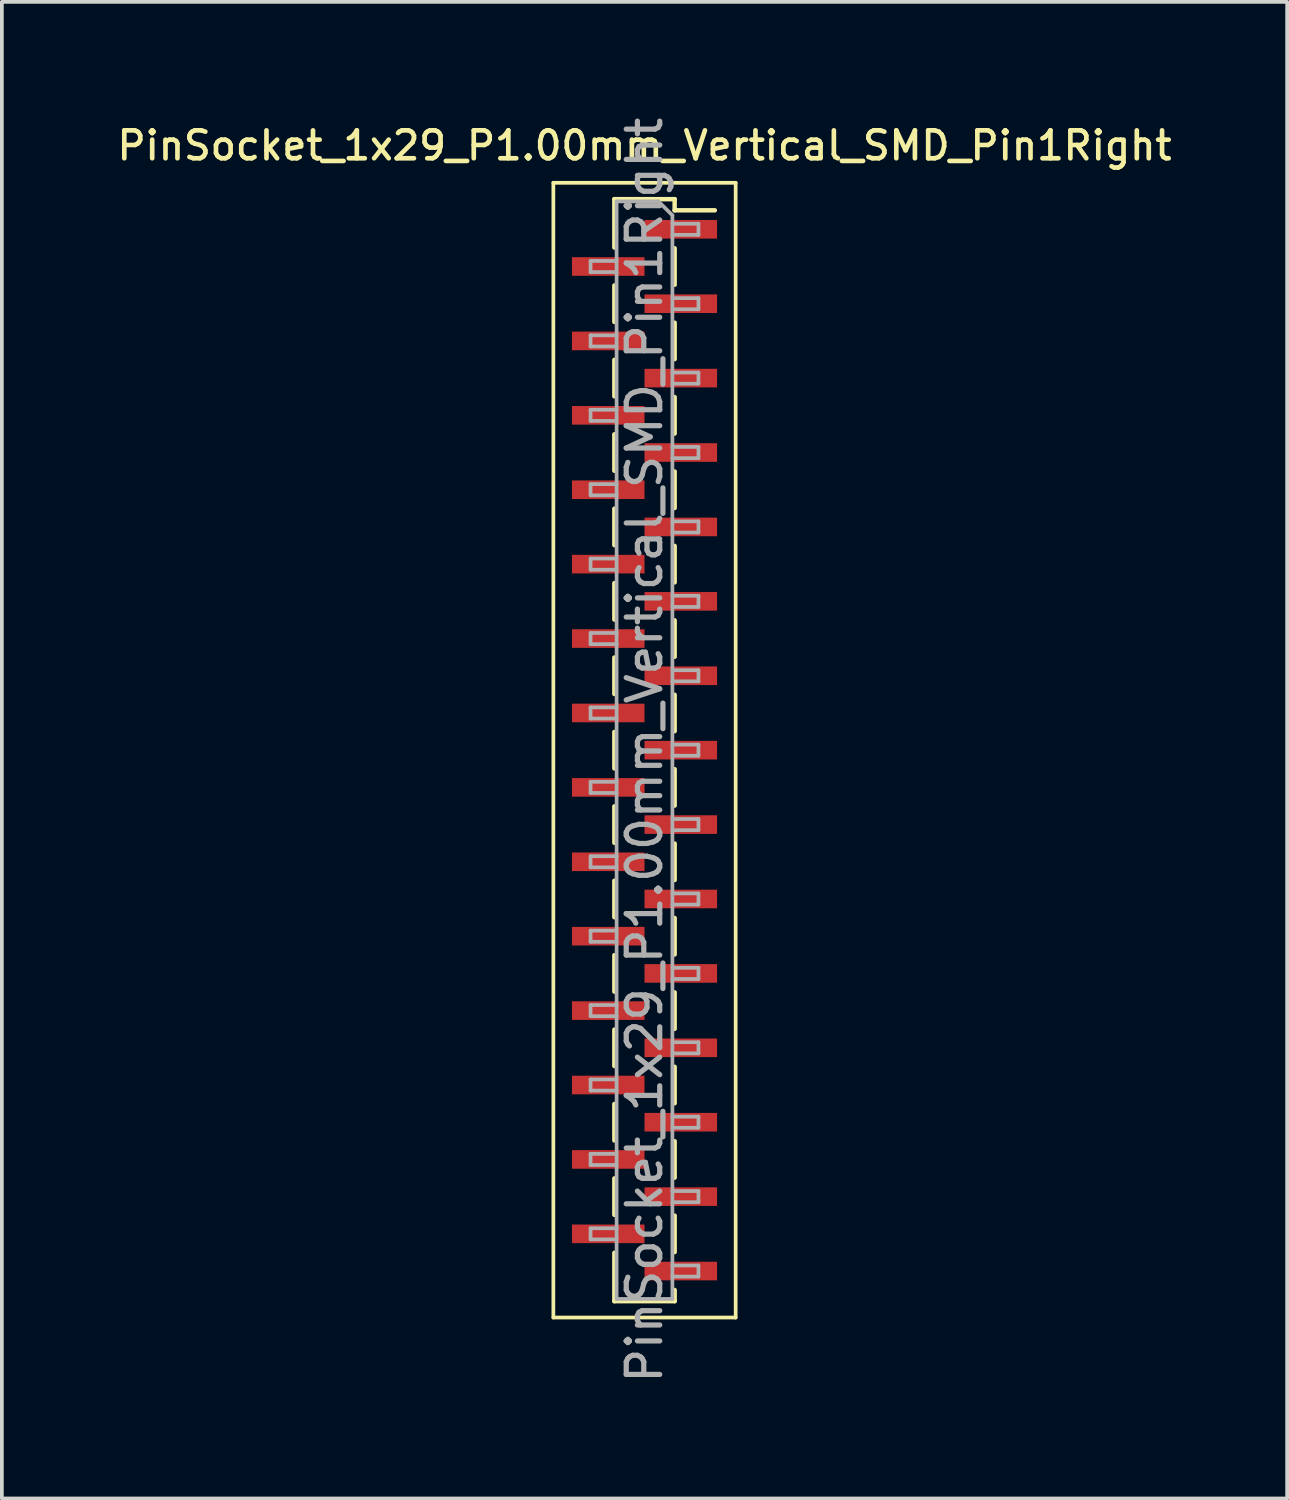
<source format=kicad_pcb>
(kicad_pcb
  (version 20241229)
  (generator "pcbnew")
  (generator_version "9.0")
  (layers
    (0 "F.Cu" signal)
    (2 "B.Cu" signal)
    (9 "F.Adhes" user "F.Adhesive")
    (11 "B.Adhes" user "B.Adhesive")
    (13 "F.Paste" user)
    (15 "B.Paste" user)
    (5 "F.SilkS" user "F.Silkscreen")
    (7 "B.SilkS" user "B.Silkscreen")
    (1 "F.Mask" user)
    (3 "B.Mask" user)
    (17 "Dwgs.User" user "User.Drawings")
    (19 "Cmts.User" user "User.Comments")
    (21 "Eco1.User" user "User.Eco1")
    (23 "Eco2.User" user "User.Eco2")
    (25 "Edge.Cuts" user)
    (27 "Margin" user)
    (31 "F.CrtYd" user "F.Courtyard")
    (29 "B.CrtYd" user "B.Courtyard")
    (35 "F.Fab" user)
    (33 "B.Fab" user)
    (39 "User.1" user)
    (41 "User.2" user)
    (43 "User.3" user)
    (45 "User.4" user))
  (footprint "PinSocket_1x29_P1.00mm_Vertical_SMD_Pin1Right"
    (layer "F.Cu")
    (at 14.273 17.113)
    (property "Reference" "PinSocket_1x29_P1.00mm_Vertical_SMD_Pin1Right" (at 0 -16.25 0) (layer "F.SilkS") (effects (font (size 0.75 0.75) (thickness 0.125))))
    (attr smd)
    (fp_line (start -2.45 -15.25) (end 2.45 -15.25) (stroke (width 0.1) (type solid)) (layer "F.SilkS"))
    (fp_line (start -2.45 15.25) (end -2.45 -15.25) (stroke (width 0.1) (type solid)) (layer "F.SilkS"))
    (fp_line (start -0.81 -14.81) (end -0.81 -13.51) (stroke (width 0.12) (type solid)) (layer "F.SilkS"))
    (fp_line (start -0.81 -14.81) (end 0.81 -14.81) (stroke (width 0.12) (type solid)) (layer "F.SilkS"))
    (fp_line (start -0.81 -12.49) (end -0.81 -11.51) (stroke (width 0.12) (type solid)) (layer "F.SilkS"))
    (fp_line (start -0.81 -10.49) (end -0.81 -9.51) (stroke (width 0.12) (type solid)) (layer "F.SilkS"))
    (fp_line (start -0.81 -8.49) (end -0.81 -7.51) (stroke (width 0.12) (type solid)) (layer "F.SilkS"))
    (fp_line (start -0.81 -6.49) (end -0.81 -5.51) (stroke (width 0.12) (type solid)) (layer "F.SilkS"))
    (fp_line (start -0.81 -4.49) (end -0.81 -3.51) (stroke (width 0.12) (type solid)) (layer "F.SilkS"))
    (fp_line (start -0.81 -2.49) (end -0.81 -1.51) (stroke (width 0.12) (type solid)) (layer "F.SilkS"))
    (fp_line (start -0.81 -0.49) (end -0.81 0.49) (stroke (width 0.12) (type solid)) (layer "F.SilkS"))
    (fp_line (start -0.81 1.51) (end -0.81 2.49) (stroke (width 0.12) (type solid)) (layer "F.SilkS"))
    (fp_line (start -0.81 3.51) (end -0.81 4.49) (stroke (width 0.12) (type solid)) (layer "F.SilkS"))
    (fp_line (start -0.81 5.51) (end -0.81 6.49) (stroke (width 0.12) (type solid)) (layer "F.SilkS"))
    (fp_line (start -0.81 7.51) (end -0.81 8.49) (stroke (width 0.12) (type solid)) (layer "F.SilkS"))
    (fp_line (start -0.81 9.51) (end -0.81 10.49) (stroke (width 0.12) (type solid)) (layer "F.SilkS"))
    (fp_line (start -0.81 11.51) (end -0.81 12.49) (stroke (width 0.12) (type solid)) (layer "F.SilkS"))
    (fp_line (start -0.81 13.51) (end -0.81 14.81) (stroke (width 0.12) (type solid)) (layer "F.SilkS"))
    (fp_line (start -0.81 14.81) (end 0.81 14.81) (stroke (width 0.12) (type solid)) (layer "F.SilkS"))
    (fp_line (start 0.81 -14.81) (end 0.81 -14.51) (stroke (width 0.12) (type solid)) (layer "F.SilkS"))
    (fp_line (start 0.81 -14.51) (end 1.89 -14.51) (stroke (width 0.12) (type solid)) (layer "F.SilkS"))
    (fp_line (start 0.81 -13.49) (end 0.81 -12.51) (stroke (width 0.12) (type solid)) (layer "F.SilkS"))
    (fp_line (start 0.81 -11.49) (end 0.81 -10.51) (stroke (width 0.12) (type solid)) (layer "F.SilkS"))
    (fp_line (start 0.81 -9.49) (end 0.81 -8.51) (stroke (width 0.12) (type solid)) (layer "F.SilkS"))
    (fp_line (start 0.81 -7.49) (end 0.81 -6.51) (stroke (width 0.12) (type solid)) (layer "F.SilkS"))
    (fp_line (start 0.81 -5.49) (end 0.81 -4.51) (stroke (width 0.12) (type solid)) (layer "F.SilkS"))
    (fp_line (start 0.81 -3.49) (end 0.81 -2.51) (stroke (width 0.12) (type solid)) (layer "F.SilkS"))
    (fp_line (start 0.81 -1.49) (end 0.81 -0.51) (stroke (width 0.12) (type solid)) (layer "F.SilkS"))
    (fp_line (start 0.81 0.51) (end 0.81 1.49) (stroke (width 0.12) (type solid)) (layer "F.SilkS"))
    (fp_line (start 0.81 2.51) (end 0.81 3.49) (stroke (width 0.12) (type solid)) (layer "F.SilkS"))
    (fp_line (start 0.81 4.51) (end 0.81 5.49) (stroke (width 0.12) (type solid)) (layer "F.SilkS"))
    (fp_line (start 0.81 6.51) (end 0.81 7.49) (stroke (width 0.12) (type solid)) (layer "F.SilkS"))
    (fp_line (start 0.81 8.51) (end 0.81 9.49) (stroke (width 0.12) (type solid)) (layer "F.SilkS"))
    (fp_line (start 0.81 10.51) (end 0.81 11.49) (stroke (width 0.12) (type solid)) (layer "F.SilkS"))
    (fp_line (start 0.81 12.51) (end 0.81 13.49) (stroke (width 0.12) (type solid)) (layer "F.SilkS"))
    (fp_line (start 0.81 14.51) (end 0.81 14.81) (stroke (width 0.12) (type solid)) (layer "F.SilkS"))
    (fp_line (start 2.45 -15.25) (end 2.45 15.25) (stroke (width 0.1) (type solid)) (layer "F.SilkS"))
    (fp_line (start 2.45 15.25) (end -2.45 15.25) (stroke (width 0.1) (type solid)) (layer "F.SilkS"))
    (fp_line (start -1.45 -13.15) (end -0.75 -13.15) (stroke (width 0.1) (type solid)) (layer "F.Fab"))
    (fp_line (start -1.45 -12.85) (end -1.45 -13.15) (stroke (width 0.1) (type solid)) (layer "F.Fab"))
    (fp_line (start -1.45 -11.15) (end -0.75 -11.15) (stroke (width 0.1) (type solid)) (layer "F.Fab"))
    (fp_line (start -1.45 -10.85) (end -1.45 -11.15) (stroke (width 0.1) (type solid)) (layer "F.Fab"))
    (fp_line (start -1.45 -9.15) (end -0.75 -9.15) (stroke (width 0.1) (type solid)) (layer "F.Fab"))
    (fp_line (start -1.45 -8.85) (end -1.45 -9.15) (stroke (width 0.1) (type solid)) (layer "F.Fab"))
    (fp_line (start -1.45 -7.15) (end -0.75 -7.15) (stroke (width 0.1) (type solid)) (layer "F.Fab"))
    (fp_line (start -1.45 -6.85) (end -1.45 -7.15) (stroke (width 0.1) (type solid)) (layer "F.Fab"))
    (fp_line (start -1.45 -5.15) (end -0.75 -5.15) (stroke (width 0.1) (type solid)) (layer "F.Fab"))
    (fp_line (start -1.45 -4.85) (end -1.45 -5.15) (stroke (width 0.1) (type solid)) (layer "F.Fab"))
    (fp_line (start -1.45 -3.15) (end -0.75 -3.15) (stroke (width 0.1) (type solid)) (layer "F.Fab"))
    (fp_line (start -1.45 -2.85) (end -1.45 -3.15) (stroke (width 0.1) (type solid)) (layer "F.Fab"))
    (fp_line (start -1.45 -1.15) (end -0.75 -1.15) (stroke (width 0.1) (type solid)) (layer "F.Fab"))
    (fp_line (start -1.45 -0.85) (end -1.45 -1.15) (stroke (width 0.1) (type solid)) (layer "F.Fab"))
    (fp_line (start -1.45 0.85) (end -0.75 0.85) (stroke (width 0.1) (type solid)) (layer "F.Fab"))
    (fp_line (start -1.45 1.15) (end -1.45 0.85) (stroke (width 0.1) (type solid)) (layer "F.Fab"))
    (fp_line (start -1.45 2.85) (end -0.75 2.85) (stroke (width 0.1) (type solid)) (layer "F.Fab"))
    (fp_line (start -1.45 3.15) (end -1.45 2.85) (stroke (width 0.1) (type solid)) (layer "F.Fab"))
    (fp_line (start -1.45 4.85) (end -0.75 4.85) (stroke (width 0.1) (type solid)) (layer "F.Fab"))
    (fp_line (start -1.45 5.15) (end -1.45 4.85) (stroke (width 0.1) (type solid)) (layer "F.Fab"))
    (fp_line (start -1.45 6.85) (end -0.75 6.85) (stroke (width 0.1) (type solid)) (layer "F.Fab"))
    (fp_line (start -1.45 7.15) (end -1.45 6.85) (stroke (width 0.1) (type solid)) (layer "F.Fab"))
    (fp_line (start -1.45 8.85) (end -0.75 8.85) (stroke (width 0.1) (type solid)) (layer "F.Fab"))
    (fp_line (start -1.45 9.15) (end -1.45 8.85) (stroke (width 0.1) (type solid)) (layer "F.Fab"))
    (fp_line (start -1.45 10.85) (end -0.75 10.85) (stroke (width 0.1) (type solid)) (layer "F.Fab"))
    (fp_line (start -1.45 11.15) (end -1.45 10.85) (stroke (width 0.1) (type solid)) (layer "F.Fab"))
    (fp_line (start -1.45 12.85) (end -0.75 12.85) (stroke (width 0.1) (type solid)) (layer "F.Fab"))
    (fp_line (start -1.45 13.15) (end -1.45 12.85) (stroke (width 0.1) (type solid)) (layer "F.Fab"))
    (fp_line (start -0.75 -14.75) (end 0.375 -14.75) (stroke (width 0.1) (type solid)) (layer "F.Fab"))
    (fp_line (start -0.75 -12.85) (end -1.45 -12.85) (stroke (width 0.1) (type solid)) (layer "F.Fab"))
    (fp_line (start -0.75 -10.85) (end -1.45 -10.85) (stroke (width 0.1) (type solid)) (layer "F.Fab"))
    (fp_line (start -0.75 -8.85) (end -1.45 -8.85) (stroke (width 0.1) (type solid)) (layer "F.Fab"))
    (fp_line (start -0.75 -6.85) (end -1.45 -6.85) (stroke (width 0.1) (type solid)) (layer "F.Fab"))
    (fp_line (start -0.75 -4.85) (end -1.45 -4.85) (stroke (width 0.1) (type solid)) (layer "F.Fab"))
    (fp_line (start -0.75 -2.85) (end -1.45 -2.85) (stroke (width 0.1) (type solid)) (layer "F.Fab"))
    (fp_line (start -0.75 -0.85) (end -1.45 -0.85) (stroke (width 0.1) (type solid)) (layer "F.Fab"))
    (fp_line (start -0.75 1.15) (end -1.45 1.15) (stroke (width 0.1) (type solid)) (layer "F.Fab"))
    (fp_line (start -0.75 3.15) (end -1.45 3.15) (stroke (width 0.1) (type solid)) (layer "F.Fab"))
    (fp_line (start -0.75 5.15) (end -1.45 5.15) (stroke (width 0.1) (type solid)) (layer "F.Fab"))
    (fp_line (start -0.75 7.15) (end -1.45 7.15) (stroke (width 0.1) (type solid)) (layer "F.Fab"))
    (fp_line (start -0.75 9.15) (end -1.45 9.15) (stroke (width 0.1) (type solid)) (layer "F.Fab"))
    (fp_line (start -0.75 11.15) (end -1.45 11.15) (stroke (width 0.1) (type solid)) (layer "F.Fab"))
    (fp_line (start -0.75 13.15) (end -1.45 13.15) (stroke (width 0.1) (type solid)) (layer "F.Fab"))
    (fp_line (start -0.75 14.75) (end -0.75 -14.75) (stroke (width 0.1) (type solid)) (layer "F.Fab"))
    (fp_line (start 0.375 -14.75) (end 0.75 -14.375) (stroke (width 0.1) (type solid)) (layer "F.Fab"))
    (fp_line (start 0.75 -14.375) (end 0.75 14.75) (stroke (width 0.1) (type solid)) (layer "F.Fab"))
    (fp_line (start 0.75 -14.15) (end 1.45 -14.15) (stroke (width 0.1) (type solid)) (layer "F.Fab"))
    (fp_line (start 0.75 -12.15) (end 1.45 -12.15) (stroke (width 0.1) (type solid)) (layer "F.Fab"))
    (fp_line (start 0.75 -10.15) (end 1.45 -10.15) (stroke (width 0.1) (type solid)) (layer "F.Fab"))
    (fp_line (start 0.75 -8.15) (end 1.45 -8.15) (stroke (width 0.1) (type solid)) (layer "F.Fab"))
    (fp_line (start 0.75 -6.15) (end 1.45 -6.15) (stroke (width 0.1) (type solid)) (layer "F.Fab"))
    (fp_line (start 0.75 -4.15) (end 1.45 -4.15) (stroke (width 0.1) (type solid)) (layer "F.Fab"))
    (fp_line (start 0.75 -2.15) (end 1.45 -2.15) (stroke (width 0.1) (type solid)) (layer "F.Fab"))
    (fp_line (start 0.75 -0.15) (end 1.45 -0.15) (stroke (width 0.1) (type solid)) (layer "F.Fab"))
    (fp_line (start 0.75 1.85) (end 1.45 1.85) (stroke (width 0.1) (type solid)) (layer "F.Fab"))
    (fp_line (start 0.75 3.85) (end 1.45 3.85) (stroke (width 0.1) (type solid)) (layer "F.Fab"))
    (fp_line (start 0.75 5.85) (end 1.45 5.85) (stroke (width 0.1) (type solid)) (layer "F.Fab"))
    (fp_line (start 0.75 7.85) (end 1.45 7.85) (stroke (width 0.1) (type solid)) (layer "F.Fab"))
    (fp_line (start 0.75 9.85) (end 1.45 9.85) (stroke (width 0.1) (type solid)) (layer "F.Fab"))
    (fp_line (start 0.75 11.85) (end 1.45 11.85) (stroke (width 0.1) (type solid)) (layer "F.Fab"))
    (fp_line (start 0.75 13.85) (end 1.45 13.85) (stroke (width 0.1) (type solid)) (layer "F.Fab"))
    (fp_line (start 0.75 14.75) (end -0.75 14.75) (stroke (width 0.1) (type solid)) (layer "F.Fab"))
    (fp_line (start 1.45 -14.15) (end 1.45 -13.85) (stroke (width 0.1) (type solid)) (layer "F.Fab"))
    (fp_line (start 1.45 -13.85) (end 0.75 -13.85) (stroke (width 0.1) (type solid)) (layer "F.Fab"))
    (fp_line (start 1.45 -12.15) (end 1.45 -11.85) (stroke (width 0.1) (type solid)) (layer "F.Fab"))
    (fp_line (start 1.45 -11.85) (end 0.75 -11.85) (stroke (width 0.1) (type solid)) (layer "F.Fab"))
    (fp_line (start 1.45 -10.15) (end 1.45 -9.85) (stroke (width 0.1) (type solid)) (layer "F.Fab"))
    (fp_line (start 1.45 -9.85) (end 0.75 -9.85) (stroke (width 0.1) (type solid)) (layer "F.Fab"))
    (fp_line (start 1.45 -8.15) (end 1.45 -7.85) (stroke (width 0.1) (type solid)) (layer "F.Fab"))
    (fp_line (start 1.45 -7.85) (end 0.75 -7.85) (stroke (width 0.1) (type solid)) (layer "F.Fab"))
    (fp_line (start 1.45 -6.15) (end 1.45 -5.85) (stroke (width 0.1) (type solid)) (layer "F.Fab"))
    (fp_line (start 1.45 -5.85) (end 0.75 -5.85) (stroke (width 0.1) (type solid)) (layer "F.Fab"))
    (fp_line (start 1.45 -4.15) (end 1.45 -3.85) (stroke (width 0.1) (type solid)) (layer "F.Fab"))
    (fp_line (start 1.45 -3.85) (end 0.75 -3.85) (stroke (width 0.1) (type solid)) (layer "F.Fab"))
    (fp_line (start 1.45 -2.15) (end 1.45 -1.85) (stroke (width 0.1) (type solid)) (layer "F.Fab"))
    (fp_line (start 1.45 -1.85) (end 0.75 -1.85) (stroke (width 0.1) (type solid)) (layer "F.Fab"))
    (fp_line (start 1.45 -0.15) (end 1.45 0.15) (stroke (width 0.1) (type solid)) (layer "F.Fab"))
    (fp_line (start 1.45 0.15) (end 0.75 0.15) (stroke (width 0.1) (type solid)) (layer "F.Fab"))
    (fp_line (start 1.45 1.85) (end 1.45 2.15) (stroke (width 0.1) (type solid)) (layer "F.Fab"))
    (fp_line (start 1.45 2.15) (end 0.75 2.15) (stroke (width 0.1) (type solid)) (layer "F.Fab"))
    (fp_line (start 1.45 3.85) (end 1.45 4.15) (stroke (width 0.1) (type solid)) (layer "F.Fab"))
    (fp_line (start 1.45 4.15) (end 0.75 4.15) (stroke (width 0.1) (type solid)) (layer "F.Fab"))
    (fp_line (start 1.45 5.85) (end 1.45 6.15) (stroke (width 0.1) (type solid)) (layer "F.Fab"))
    (fp_line (start 1.45 6.15) (end 0.75 6.15) (stroke (width 0.1) (type solid)) (layer "F.Fab"))
    (fp_line (start 1.45 7.85) (end 1.45 8.15) (stroke (width 0.1) (type solid)) (layer "F.Fab"))
    (fp_line (start 1.45 8.15) (end 0.75 8.15) (stroke (width 0.1) (type solid)) (layer "F.Fab"))
    (fp_line (start 1.45 9.85) (end 1.45 10.15) (stroke (width 0.1) (type solid)) (layer "F.Fab"))
    (fp_line (start 1.45 10.15) (end 0.75 10.15) (stroke (width 0.1) (type solid)) (layer "F.Fab"))
    (fp_line (start 1.45 11.85) (end 1.45 12.15) (stroke (width 0.1) (type solid)) (layer "F.Fab"))
    (fp_line (start 1.45 12.15) (end 0.75 12.15) (stroke (width 0.1) (type solid)) (layer "F.Fab"))
    (fp_line (start 1.45 13.85) (end 1.45 14.15) (stroke (width 0.1) (type solid)) (layer "F.Fab"))
    (fp_line (start 1.45 14.15) (end 0.75 14.15) (stroke (width 0.1) (type solid)) (layer "F.Fab"))
    (fp_text user "${REFERENCE}" (at 0 0 90) (layer "F.Fab") (effects (font (size 0.9 0.9) (thickness 0.14))))
    (pad "1" smd rect (at 0.975 -14) (size 1.95 0.5) (layers "F.Cu" "F.Mask" "F.Paste"))
    (pad "2" smd rect (at -0.975 -13) (size 1.95 0.5) (layers "F.Cu" "F.Mask" "F.Paste"))
    (pad "3" smd rect (at 0.975 -12) (size 1.95 0.5) (layers "F.Cu" "F.Mask" "F.Paste"))
    (pad "4" smd rect (at -0.975 -11) (size 1.95 0.5) (layers "F.Cu" "F.Mask" "F.Paste"))
    (pad "5" smd rect (at 0.975 -10) (size 1.95 0.5) (layers "F.Cu" "F.Mask" "F.Paste"))
    (pad "6" smd rect (at -0.975 -9) (size 1.95 0.5) (layers "F.Cu" "F.Mask" "F.Paste"))
    (pad "7" smd rect (at 0.975 -8) (size 1.95 0.5) (layers "F.Cu" "F.Mask" "F.Paste"))
    (pad "8" smd rect (at -0.975 -7) (size 1.95 0.5) (layers "F.Cu" "F.Mask" "F.Paste"))
    (pad "9" smd rect (at 0.975 -6) (size 1.95 0.5) (layers "F.Cu" "F.Mask" "F.Paste"))
    (pad "10" smd rect (at -0.975 -5) (size 1.95 0.5) (layers "F.Cu" "F.Mask" "F.Paste"))
    (pad "11" smd rect (at 0.975 -4) (size 1.95 0.5) (layers "F.Cu" "F.Mask" "F.Paste"))
    (pad "12" smd rect (at -0.975 -3) (size 1.95 0.5) (layers "F.Cu" "F.Mask" "F.Paste"))
    (pad "13" smd rect (at 0.975 -2) (size 1.95 0.5) (layers "F.Cu" "F.Mask" "F.Paste"))
    (pad "14" smd rect (at -0.975 -1) (size 1.95 0.5) (layers "F.Cu" "F.Mask" "F.Paste"))
    (pad "15" smd rect (at 0.975 0) (size 1.95 0.5) (layers "F.Cu" "F.Mask" "F.Paste"))
    (pad "16" smd rect (at -0.975 1) (size 1.95 0.5) (layers "F.Cu" "F.Mask" "F.Paste"))
    (pad "17" smd rect (at 0.975 2) (size 1.95 0.5) (layers "F.Cu" "F.Mask" "F.Paste"))
    (pad "18" smd rect (at -0.975 3) (size 1.95 0.5) (layers "F.Cu" "F.Mask" "F.Paste"))
    (pad "19" smd rect (at 0.975 4) (size 1.95 0.5) (layers "F.Cu" "F.Mask" "F.Paste"))
    (pad "20" smd rect (at -0.975 5) (size 1.95 0.5) (layers "F.Cu" "F.Mask" "F.Paste"))
    (pad "21" smd rect (at 0.975 6) (size 1.95 0.5) (layers "F.Cu" "F.Mask" "F.Paste"))
    (pad "22" smd rect (at -0.975 7) (size 1.95 0.5) (layers "F.Cu" "F.Mask" "F.Paste"))
    (pad "23" smd rect (at 0.975 8) (size 1.95 0.5) (layers "F.Cu" "F.Mask" "F.Paste"))
    (pad "24" smd rect (at -0.975 9) (size 1.95 0.5) (layers "F.Cu" "F.Mask" "F.Paste"))
    (pad "25" smd rect (at 0.975 10) (size 1.95 0.5) (layers "F.Cu" "F.Mask" "F.Paste"))
    (pad "26" smd rect (at -0.975 11) (size 1.95 0.5) (layers "F.Cu" "F.Mask" "F.Paste"))
    (pad "27" smd rect (at 0.975 12) (size 1.95 0.5) (layers "F.Cu" "F.Mask" "F.Paste"))
    (pad "28" smd rect (at -0.975 13) (size 1.95 0.5) (layers "F.Cu" "F.Mask" "F.Paste"))
    (pad "29" smd rect (at 0.975 14) (size 1.95 0.5) (layers "F.Cu" "F.Mask" "F.Paste")))
  (gr_rect
    (start -3 -3)
    (end 31.546 37.226)
    (stroke (width 0.1) (type default))
    (fill no)
    (layer "Edge.Cuts")))
</source>
